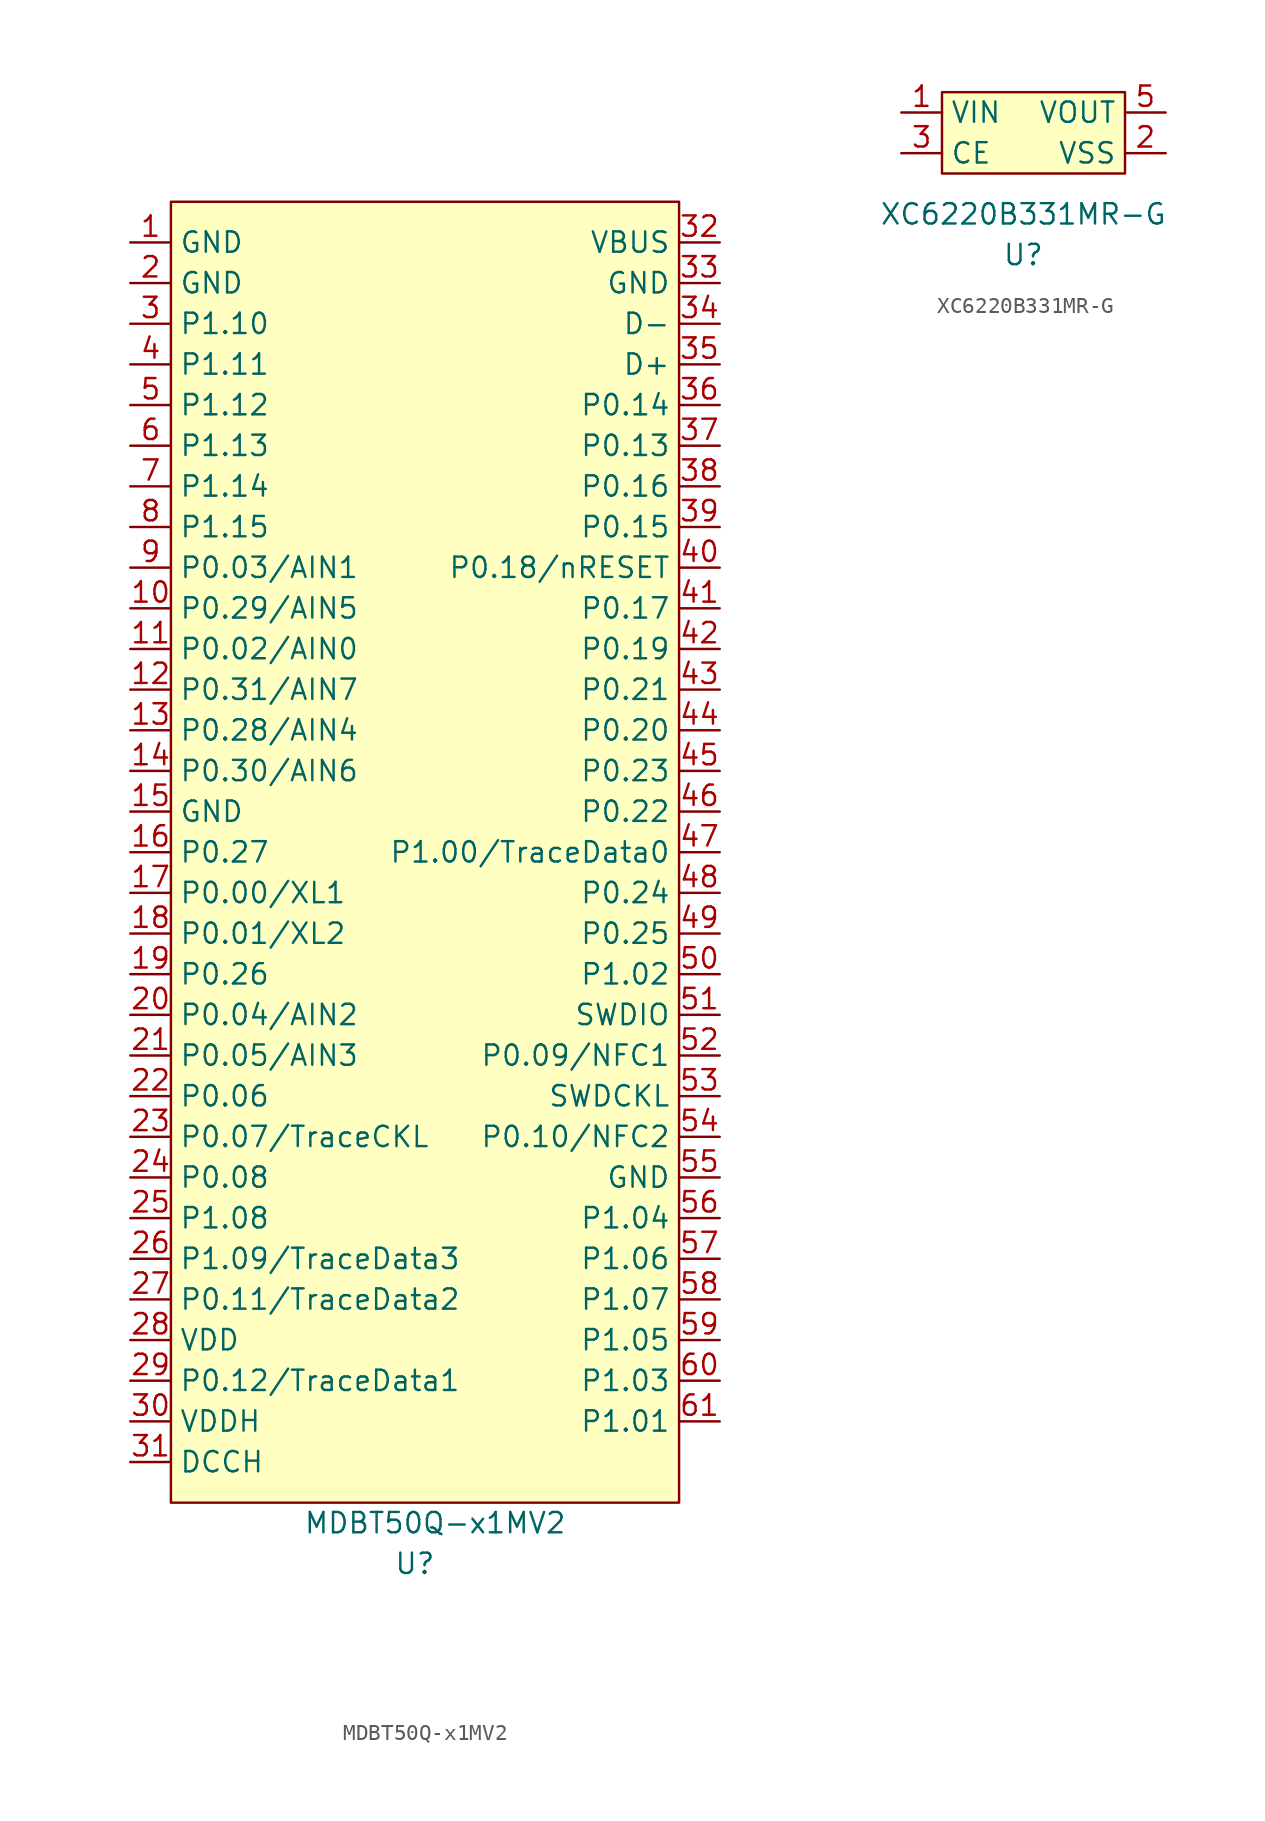
<source format=kicad_sym>
(kicad_symbol_lib
  (version 20211014)
  (generator kicad_symbol_editor)
  (symbol "MDBT50Q-x1MV2"
    (property "Reference" "U"
      (at 0 -44.45 0)
      (effects (font (size 1.27 1.27))))
    (property "Value" "MDBT50Q-x1MV2"
      (at 1.27 -41.91 0)
      (effects (font (size 1.27 1.27))))
    (symbol "MDBT50Q-x1MV2_0_1"
      (rectangle (start -15.24 40.64) (end 16.51 -40.64) (stroke (width 0) (type default) (color 0 0 0 0)) (fill (type background))))
    (symbol "MDBT50Q-x1MV2_1_1"
      (pin input line (at -17.78 38.1 0) (length 2.54) (name "GND" (effects (font (size 1.27 1.27)))) (number "1" (effects (font (size 1.27 1.27)))))
      (pin input line (at -17.78 15.24 0) (length 2.54) (name "P0.29/AIN5" (effects (font (size 1.27 1.27)))) (number "10" (effects (font (size 1.27 1.27)))))
      (pin input line (at -17.78 12.7 0) (length 2.54) (name "P0.02/AIN0" (effects (font (size 1.27 1.27)))) (number "11" (effects (font (size 1.27 1.27)))))
      (pin input line (at -17.78 10.16 0) (length 2.54) (name "P0.31/AIN7" (effects (font (size 1.27 1.27)))) (number "12" (effects (font (size 1.27 1.27)))))
      (pin input line (at -17.78 7.62 0) (length 2.54) (name "P0.28/AIN4" (effects (font (size 1.27 1.27)))) (number "13" (effects (font (size 1.27 1.27)))))
      (pin input line (at -17.78 5.08 0) (length 2.54) (name "P0.30/AIN6" (effects (font (size 1.27 1.27)))) (number "14" (effects (font (size 1.27 1.27)))))
      (pin input line (at -17.78 2.54 0) (length 2.54) (name "GND" (effects (font (size 1.27 1.27)))) (number "15" (effects (font (size 1.27 1.27)))))
      (pin input line (at -17.78 0 0) (length 2.54) (name "P0.27" (effects (font (size 1.27 1.27)))) (number "16" (effects (font (size 1.27 1.27)))))
      (pin input line (at -17.78 -2.54 0) (length 2.54) (name "P0.00/XL1" (effects (font (size 1.27 1.27)))) (number "17" (effects (font (size 1.27 1.27)))))
      (pin input line (at -17.78 -5.08 0) (length 2.54) (name "P0.01/XL2" (effects (font (size 1.27 1.27)))) (number "18" (effects (font (size 1.27 1.27)))))
      (pin input line (at -17.78 -7.62 0) (length 2.54) (name "P0.26" (effects (font (size 1.27 1.27)))) (number "19" (effects (font (size 1.27 1.27)))))
      (pin input line (at -17.78 35.56 0) (length 2.54) (name "GND" (effects (font (size 1.27 1.27)))) (number "2" (effects (font (size 1.27 1.27)))))
      (pin input line (at -17.78 -10.16 0) (length 2.54) (name "P0.04/AIN2" (effects (font (size 1.27 1.27)))) (number "20" (effects (font (size 1.27 1.27)))))
      (pin input line (at -17.78 -12.7 0) (length 2.54) (name "P0.05/AIN3" (effects (font (size 1.27 1.27)))) (number "21" (effects (font (size 1.27 1.27)))))
      (pin input line (at -17.78 -15.24 0) (length 2.54) (name "P0.06" (effects (font (size 1.27 1.27)))) (number "22" (effects (font (size 1.27 1.27)))))
      (pin input line (at -17.78 -17.78 0) (length 2.54) (name "P0.07/TraceCKL" (effects (font (size 1.27 1.27)))) (number "23" (effects (font (size 1.27 1.27)))))
      (pin input line (at -17.78 -20.32 0) (length 2.54) (name "P0.08" (effects (font (size 1.27 1.27)))) (number "24" (effects (font (size 1.27 1.27)))))
      (pin input line (at -17.78 -22.86 0) (length 2.54) (name "P1.08" (effects (font (size 1.27 1.27)))) (number "25" (effects (font (size 1.27 1.27)))))
      (pin input line (at -17.78 -25.4 0) (length 2.54) (name "P1.09/TraceData3" (effects (font (size 1.27 1.27)))) (number "26" (effects (font (size 1.27 1.27)))))
      (pin input line (at -17.78 -27.94 0) (length 2.54) (name "P0.11/TraceData2" (effects (font (size 1.27 1.27)))) (number "27" (effects (font (size 1.27 1.27)))))
      (pin input line (at -17.78 -30.48 0) (length 2.54) (name "VDD" (effects (font (size 1.27 1.27)))) (number "28" (effects (font (size 1.27 1.27)))))
      (pin input line (at -17.78 -33.02 0) (length 2.54) (name "P0.12/TraceData1" (effects (font (size 1.27 1.27)))) (number "29" (effects (font (size 1.27 1.27)))))
      (pin input line (at -17.78 33.02 0) (length 2.54) (name "P1.10" (effects (font (size 1.27 1.27)))) (number "3" (effects (font (size 1.27 1.27)))))
      (pin input line (at -17.78 -35.56 0) (length 2.54) (name "VDDH" (effects (font (size 1.27 1.27)))) (number "30" (effects (font (size 1.27 1.27)))))
      (pin input line (at -17.78 -38.1 0) (length 2.54) (name "DCCH" (effects (font (size 1.27 1.27)))) (number "31" (effects (font (size 1.27 1.27)))))
      (pin input line (at 19.05 38.1 180) (length 2.54) (name "VBUS" (effects (font (size 1.27 1.27)))) (number "32" (effects (font (size 1.27 1.27)))))
      (pin input line (at 19.05 35.56 180) (length 2.54) (name "GND" (effects (font (size 1.27 1.27)))) (number "33" (effects (font (size 1.27 1.27)))))
      (pin input line (at 19.05 33.02 180) (length 2.54) (name "D-" (effects (font (size 1.27 1.27)))) (number "34" (effects (font (size 1.27 1.27)))))
      (pin input line (at 19.05 30.48 180) (length 2.54) (name "D+" (effects (font (size 1.27 1.27)))) (number "35" (effects (font (size 1.27 1.27)))))
      (pin input line (at 19.05 27.94 180) (length 2.54) (name "P0.14" (effects (font (size 1.27 1.27)))) (number "36" (effects (font (size 1.27 1.27)))))
      (pin input line (at 19.05 25.4 180) (length 2.54) (name "P0.13" (effects (font (size 1.27 1.27)))) (number "37" (effects (font (size 1.27 1.27)))))
      (pin input line (at 19.05 22.86 180) (length 2.54) (name "P0.16" (effects (font (size 1.27 1.27)))) (number "38" (effects (font (size 1.27 1.27)))))
      (pin input line (at 19.05 20.32 180) (length 2.54) (name "P0.15" (effects (font (size 1.27 1.27)))) (number "39" (effects (font (size 1.27 1.27)))))
      (pin input line (at -17.78 30.48 0) (length 2.54) (name "P1.11" (effects (font (size 1.27 1.27)))) (number "4" (effects (font (size 1.27 1.27)))))
      (pin input line (at 19.05 17.78 180) (length 2.54) (name "P0.18/nRESET" (effects (font (size 1.27 1.27)))) (number "40" (effects (font (size 1.27 1.27)))))
      (pin input line (at 19.05 15.24 180) (length 2.54) (name "P0.17" (effects (font (size 1.27 1.27)))) (number "41" (effects (font (size 1.27 1.27)))))
      (pin input line (at 19.05 12.7 180) (length 2.54) (name "P0.19" (effects (font (size 1.27 1.27)))) (number "42" (effects (font (size 1.27 1.27)))))
      (pin input line (at 19.05 10.16 180) (length 2.54) (name "P0.21" (effects (font (size 1.27 1.27)))) (number "43" (effects (font (size 1.27 1.27)))))
      (pin input line (at 19.05 7.62 180) (length 2.54) (name "P0.20" (effects (font (size 1.27 1.27)))) (number "44" (effects (font (size 1.27 1.27)))))
      (pin input line (at 19.05 5.08 180) (length 2.54) (name "P0.23" (effects (font (size 1.27 1.27)))) (number "45" (effects (font (size 1.27 1.27)))))
      (pin input line (at 19.05 2.54 180) (length 2.54) (name "P0.22" (effects (font (size 1.27 1.27)))) (number "46" (effects (font (size 1.27 1.27)))))
      (pin input line (at 19.05 0 180) (length 2.54) (name "P1.00/TraceData0" (effects (font (size 1.27 1.27)))) (number "47" (effects (font (size 1.27 1.27)))))
      (pin input line (at 19.05 -2.54 180) (length 2.54) (name "P0.24" (effects (font (size 1.27 1.27)))) (number "48" (effects (font (size 1.27 1.27)))))
      (pin input line (at 19.05 -5.08 180) (length 2.54) (name "P0.25" (effects (font (size 1.27 1.27)))) (number "49" (effects (font (size 1.27 1.27)))))
      (pin input line (at -17.78 27.94 0) (length 2.54) (name "P1.12" (effects (font (size 1.27 1.27)))) (number "5" (effects (font (size 1.27 1.27)))))
      (pin input line (at 19.05 -7.62 180) (length 2.54) (name "P1.02" (effects (font (size 1.27 1.27)))) (number "50" (effects (font (size 1.27 1.27)))))
      (pin input line (at 19.05 -10.16 180) (length 2.54) (name "SWDIO" (effects (font (size 1.27 1.27)))) (number "51" (effects (font (size 1.27 1.27)))))
      (pin input line (at 19.05 -12.7 180) (length 2.54) (name "P0.09/NFC1" (effects (font (size 1.27 1.27)))) (number "52" (effects (font (size 1.27 1.27)))))
      (pin input line (at 19.05 -15.24 180) (length 2.54) (name "SWDCKL" (effects (font (size 1.27 1.27)))) (number "53" (effects (font (size 1.27 1.27)))))
      (pin input line (at 19.05 -17.78 180) (length 2.54) (name "P0.10/NFC2" (effects (font (size 1.27 1.27)))) (number "54" (effects (font (size 1.27 1.27)))))
      (pin input line (at 19.05 -20.32 180) (length 2.54) (name "GND" (effects (font (size 1.27 1.27)))) (number "55" (effects (font (size 1.27 1.27)))))
      (pin input line (at 19.05 -22.86 180) (length 2.54) (name "P1.04" (effects (font (size 1.27 1.27)))) (number "56" (effects (font (size 1.27 1.27)))))
      (pin input line (at 19.05 -25.4 180) (length 2.54) (name "P1.06" (effects (font (size 1.27 1.27)))) (number "57" (effects (font (size 1.27 1.27)))))
      (pin input line (at 19.05 -27.94 180) (length 2.54) (name "P1.07" (effects (font (size 1.27 1.27)))) (number "58" (effects (font (size 1.27 1.27)))))
      (pin input line (at 19.05 -30.48 180) (length 2.54) (name "P1.05" (effects (font (size 1.27 1.27)))) (number "59" (effects (font (size 1.27 1.27)))))
      (pin input line (at -17.78 25.4 0) (length 2.54) (name "P1.13" (effects (font (size 1.27 1.27)))) (number "6" (effects (font (size 1.27 1.27)))))
      (pin input line (at 19.05 -33.02 180) (length 2.54) (name "P1.03" (effects (font (size 1.27 1.27)))) (number "60" (effects (font (size 1.27 1.27)))))
      (pin input line (at 19.05 -35.56 180) (length 2.54) (name "P1.01" (effects (font (size 1.27 1.27)))) (number "61" (effects (font (size 1.27 1.27)))))
      (pin input line (at -17.78 22.86 0) (length 2.54) (name "P1.14" (effects (font (size 1.27 1.27)))) (number "7" (effects (font (size 1.27 1.27)))))
      (pin input line (at -17.78 20.32 0) (length 2.54) (name "P1.15" (effects (font (size 1.27 1.27)))) (number "8" (effects (font (size 1.27 1.27)))))
      (pin input line (at -17.78 17.78 0) (length 2.54) (name "P0.03/AIN1" (effects (font (size 1.27 1.27)))) (number "9" (effects (font (size 1.27 1.27)))))))
  (symbol "XC6220B331MR-G"
    (property "Reference" "U"
      (at 0 -5.08 0)
      (effects (font (size 1.27 1.27))))
    (property "Value" "XC6220B331MR-G"
      (at 0 -2.54 0)
      (effects (font (size 1.27 1.27))))
    (symbol "XC6220B331MR-G_0_1"
      (rectangle (start -5.08 5.08) (end 6.35 0) (stroke (width 0) (type default) (color 0 0 0 0)) (fill (type background))))
    (symbol "XC6220B331MR-G_1_1"
      (pin input line (at -7.62 3.81 0) (length 2.54) (name "VIN" (effects (font (size 1.27 1.27)))) (number "1" (effects (font (size 1.27 1.27)))))
      (pin input line (at 8.89 1.27 180) (length 2.54) (name "VSS" (effects (font (size 1.27 1.27)))) (number "2" (effects (font (size 1.27 1.27)))))
      (pin input line (at -7.62 1.27 0) (length 2.54) (name "CE" (effects (font (size 1.27 1.27)))) (number "3" (effects (font (size 1.27 1.27)))))
      (pin input line (at 8.89 3.81 180) (length 2.54) (name "VOUT" (effects (font (size 1.27 1.27)))) (number "5" (effects (font (size 1.27 1.27))))))))
</source>
